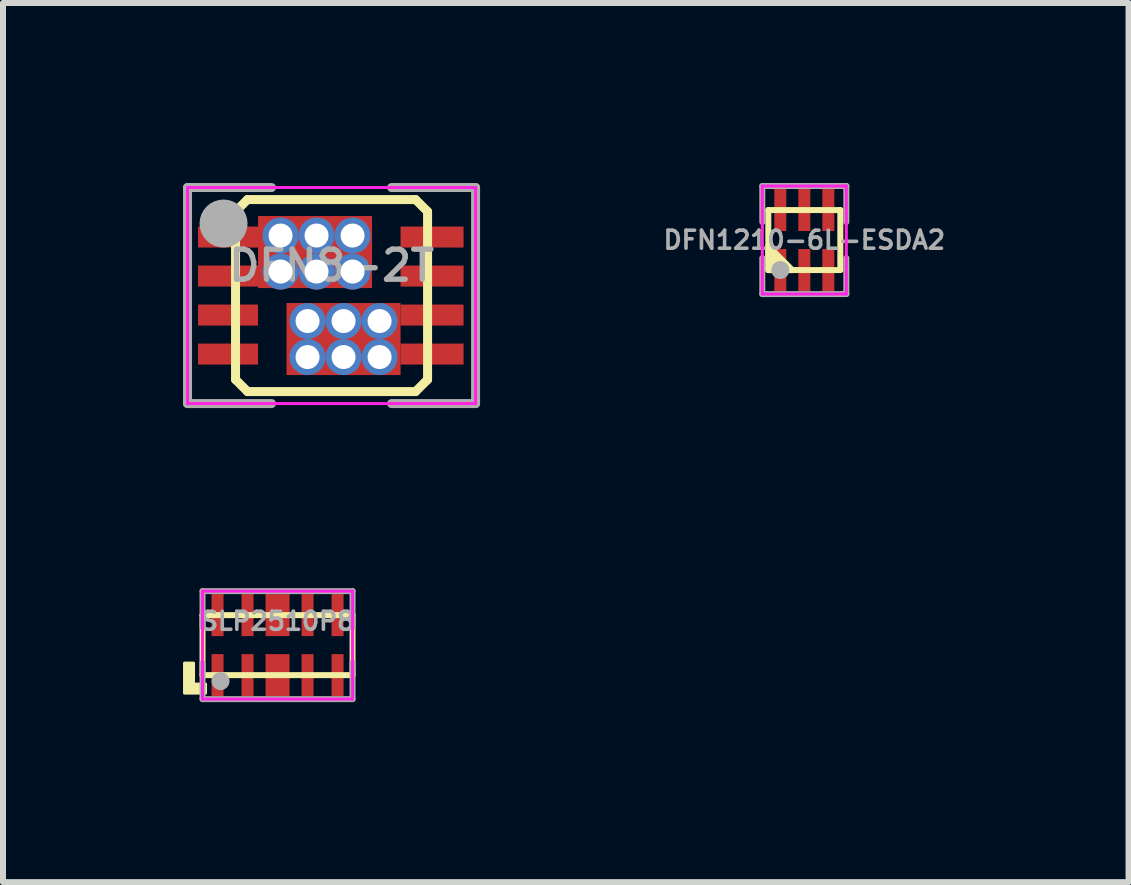
<source format=kicad_pcb>
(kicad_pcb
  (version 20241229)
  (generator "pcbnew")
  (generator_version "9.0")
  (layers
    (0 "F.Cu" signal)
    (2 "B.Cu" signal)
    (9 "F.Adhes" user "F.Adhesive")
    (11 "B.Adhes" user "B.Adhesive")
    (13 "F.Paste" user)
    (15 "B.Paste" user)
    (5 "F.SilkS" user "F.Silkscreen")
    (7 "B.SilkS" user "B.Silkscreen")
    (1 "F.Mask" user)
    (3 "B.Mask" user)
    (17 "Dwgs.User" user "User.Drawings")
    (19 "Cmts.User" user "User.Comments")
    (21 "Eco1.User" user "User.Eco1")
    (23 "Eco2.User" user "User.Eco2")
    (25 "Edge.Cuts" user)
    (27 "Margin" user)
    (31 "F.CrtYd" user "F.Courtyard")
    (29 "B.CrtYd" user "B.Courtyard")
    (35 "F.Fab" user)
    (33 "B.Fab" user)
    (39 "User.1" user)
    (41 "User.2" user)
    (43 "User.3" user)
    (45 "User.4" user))
  (footprint "DFN1210-6L-ESDA2"
    (layer "F.Cu")
    (at 10.353 0.95)
    (property "Reference" "DFN1210-6L-ESDA2" (at 0 0 0) (layer "F.Fab") (effects (font (size 0.3 0.3) (thickness 0.06))))
    (attr smd)
    (fp_line (start -0.6 -0.5) (end -0.6 0.5) (stroke (width 0.1) (type solid)) (layer "F.SilkS"))
    (fp_line (start 0.6 -0.5) (end -0.6 -0.5) (stroke (width 0.1) (type solid)) (layer "F.SilkS"))
    (fp_line (start 0.6 -0.5) (end 0.6 0.5) (stroke (width 0.1) (type solid)) (layer "F.SilkS"))
    (fp_line (start 0.6 0.5) (end -0.6 0.5) (stroke (width 0.1) (type solid)) (layer "F.SilkS"))
    (fp_poly (pts (xy -0.2 0.5) (xy -0.6 0.5) (xy -0.6 0.1)) (stroke (width 0.1) (type solid)) (fill yes) (layer "F.SilkS"))
    (fp_line (start -0.7 -0.9) (end -0.7 0.9) (stroke (width 0.05) (type solid)) (layer "F.CrtYd"))
    (fp_line (start 0.7 -0.9) (end -0.7 -0.9) (stroke (width 0.05) (type solid)) (layer "F.CrtYd"))
    (fp_line (start 0.7 -0.9) (end 0.7 0.9) (stroke (width 0.05) (type solid)) (layer "F.CrtYd"))
    (fp_line (start 0.7 0.9) (end -0.7 0.9) (stroke (width 0.05) (type solid)) (layer "F.CrtYd"))
    (fp_line (start -0.7 -0.9) (end -0.7 -0.3) (stroke (width 0.1) (type solid)) (layer "F.Fab"))
    (fp_line (start -0.7 -0.9) (end 0.7 -0.9) (stroke (width 0.1) (type solid)) (layer "F.Fab"))
    (fp_line (start -0.7 0.3) (end -0.7 0.9) (stroke (width 0.1) (type solid)) (layer "F.Fab"))
    (fp_line (start -0.7 0.9) (end 0.7 0.9) (stroke (width 0.1) (type solid)) (layer "F.Fab"))
    (fp_line (start 0.7 -0.9) (end 0.7 -0.3) (stroke (width 0.1) (type solid)) (layer "F.Fab"))
    (fp_line (start 0.7 0.3) (end 0.7 0.9) (stroke (width 0.1) (type solid)) (layer "F.Fab"))
    (fp_circle (center -0.4 0.5) (end -0.325 0.5) (stroke (width 0.15) (type solid)) (fill no) (layer "F.Fab"))
    (pad "" smd rect (at -0.4 -0.5 90) (size 0.7 0.2) (layers "F.Cu" "F.Mask" "F.Paste"))
    (pad "" smd rect (at 0 -0.5 90) (size 0.7 0.2) (layers "F.Cu" "F.Mask" "F.Paste"))
    (pad "" smd rect (at 0.4 -0.5 90) (size 0.7 0.2) (layers "F.Cu" "F.Mask" "F.Paste"))
    (pad "1" smd rect (at -0.4 0.5 90) (size 0.7 0.2) (layers "F.Cu" "F.Mask" "F.Paste"))
    (pad "2" smd rect (at 0.4 0.5 90) (size 0.7 0.2) (layers "F.Cu" "F.Mask" "F.Paste"))
    (pad "3" smd rect (at 0 0.5 90) (size 0.7 0.2) (layers "F.Cu" "F.Mask" "F.Paste")))
  (footprint "SLP2510P8"
    (layer "F.Cu")
    (at 1.575 7.7)
    (property "Reference" "SLP2510P8" (at 0 -0.4 0) (layer "F.Fab") (effects (font (size 0.3 0.3) (thickness 0.06))))
    (attr smd)
    (fp_line (start -1.25 -0.5) (end -1.25 0.5) (stroke (width 0.1) (type solid)) (layer "F.SilkS"))
    (fp_line (start 1.25 -0.5) (end -1.25 -0.5) (stroke (width 0.1) (type solid)) (layer "F.SilkS"))
    (fp_line (start 1.25 -0.5) (end 1.25 0.5) (stroke (width 0.1) (type solid)) (layer "F.SilkS"))
    (fp_line (start 1.25 0.5) (end -1.25 0.5) (stroke (width 0.1) (type solid)) (layer "F.SilkS"))
    (fp_poly (pts (xy -1.4 0.3) (xy -1.4 0.65) (xy -1.2 0.65) (xy -1.2 0.8) (xy -1.55 0.8) (xy -1.55 0.3)) (stroke (width 0.05) (type solid)) (fill yes) (layer "F.SilkS"))
    (fp_line (start -1.25 -0.9) (end -1.25 0.9) (stroke (width 0.05) (type solid)) (layer "F.CrtYd"))
    (fp_line (start 1.25 -0.9) (end -1.25 -0.9) (stroke (width 0.05) (type solid)) (layer "F.CrtYd"))
    (fp_line (start 1.25 -0.9) (end 1.25 0.9) (stroke (width 0.05) (type solid)) (layer "F.CrtYd"))
    (fp_line (start 1.25 0.9) (end -1.25 0.9) (stroke (width 0.05) (type solid)) (layer "F.CrtYd"))
    (fp_line (start -1.25 -0.9) (end -1.25 -0.3) (stroke (width 0.1) (type solid)) (layer "F.Fab"))
    (fp_line (start -1.25 -0.9) (end 1.25 -0.9) (stroke (width 0.1) (type solid)) (layer "F.Fab"))
    (fp_line (start -1.25 0.3) (end -1.25 0.9) (stroke (width 0.1) (type solid)) (layer "F.Fab"))
    (fp_line (start -1.25 0.9) (end 1.25 0.9) (stroke (width 0.1) (type solid)) (layer "F.Fab"))
    (fp_line (start 1.25 -0.9) (end 1.25 -0.3) (stroke (width 0.1) (type solid)) (layer "F.Fab"))
    (fp_line (start 1.25 0.3) (end 1.25 0.9) (stroke (width 0.1) (type solid)) (layer "F.Fab"))
    (fp_circle (center -0.95 0.6) (end -0.875 0.6) (stroke (width 0.15) (type solid)) (fill no) (layer "F.Fab"))
    (pad "1" smd rect (at -1 0.5 90) (size 0.7 0.2) (layers "F.Cu" "F.Mask" "F.Paste"))
    (pad "2" smd rect (at -0.5 0.5 90) (size 0.7 0.2) (layers "F.Cu" "F.Mask" "F.Paste"))
    (pad "3" smd rect (at 0 0.5 90) (size 0.7 0.4) (layers "F.Cu" "F.Mask" "F.Paste"))
    (pad "4" smd rect (at 0.5 0.5 90) (size 0.7 0.2) (layers "F.Cu" "F.Mask" "F.Paste"))
    (pad "5" smd rect (at 1 0.5 90) (size 0.7 0.2) (layers "F.Cu" "F.Mask" "F.Paste"))
    (pad "6" smd rect (at 1 -0.5 90) (size 0.7 0.2) (layers "F.Cu" "F.Mask" "F.Paste"))
    (pad "7" smd rect (at 0.5 -0.5 90) (size 0.7 0.2) (layers "F.Cu" "F.Mask" "F.Paste"))
    (pad "8" smd rect (at 0 -0.5 90) (size 0.7 0.4) (layers "F.Cu" "F.Mask" "F.Paste"))
    (pad "9" smd rect (at -0.5 -0.5 90) (size 0.7 0.2) (layers "F.Cu" "F.Mask" "F.Paste"))
    (pad "10" smd rect (at -1 -0.5 90) (size 0.7 0.2) (layers "F.Cu" "F.Mask" "F.Paste")))
  (footprint "DFN8-2T"
    (layer "F.Cu")
    (at 2.475 1.875)
    (property "Reference" "DFN8-2T" (at 0 -0.5 0) (layer "F.Fab") (effects (font (size 0.5 0.5) (thickness 0.09))))
    (attr smd)
    (fp_line (start -1.6 -1.4) (end -1.4 -1.6) (stroke (width 0.15) (type solid)) (layer "F.SilkS"))
    (fp_line (start -1.6 1.4) (end -1.6 -1.4) (stroke (width 0.15) (type solid)) (layer "F.SilkS"))
    (fp_line (start -1.4 -1.6) (end 1.4 -1.6) (stroke (width 0.15) (type solid)) (layer "F.SilkS"))
    (fp_line (start -1.4 1.6) (end -1.6 1.4) (stroke (width 0.15) (type solid)) (layer "F.SilkS"))
    (fp_line (start 1.4 -1.6) (end 1.6 -1.4) (stroke (width 0.15) (type solid)) (layer "F.SilkS"))
    (fp_line (start 1.4 1.6) (end -1.4 1.6) (stroke (width 0.15) (type solid)) (layer "F.SilkS"))
    (fp_line (start 1.6 -1.4) (end 1.6 1.4) (stroke (width 0.15) (type solid)) (layer "F.SilkS"))
    (fp_line (start 1.6 1.4) (end 1.4 1.6) (stroke (width 0.15) (type solid)) (layer "F.SilkS"))
    (fp_line (start -2.4 -1.8) (end 2.4 -1.8) (stroke (width 0.05) (type solid)) (layer "F.CrtYd"))
    (fp_line (start -2.4 1.8) (end -2.4 -1.8) (stroke (width 0.05) (type solid)) (layer "F.CrtYd"))
    (fp_line (start 2.4 -1.8) (end 2.4 1.8) (stroke (width 0.05) (type solid)) (layer "F.CrtYd"))
    (fp_line (start 2.4 1.8) (end -2.4 1.8) (stroke (width 0.05) (type solid)) (layer "F.CrtYd"))
    (fp_line (start -2.4 -1.8) (end -2.4 1.8) (stroke (width 0.15) (type solid)) (layer "F.Fab"))
    (fp_line (start -2.4 1.8) (end -1 1.8) (stroke (width 0.15) (type solid)) (layer "F.Fab"))
    (fp_line (start -1 -1.8) (end -2.4 -1.8) (stroke (width 0.15) (type solid)) (layer "F.Fab"))
    (fp_line (start 1 -1.8) (end 2.4 -1.8) (stroke (width 0.15) (type solid)) (layer "F.Fab"))
    (fp_line (start 2.4 -1.8) (end 2.4 1.8) (stroke (width 0.15) (type solid)) (layer "F.Fab"))
    (fp_line (start 2.4 1.8) (end 1 1.8) (stroke (width 0.15) (type solid)) (layer "F.Fab"))
    (fp_circle (center -1.8 -1.2) (end -1.6 -1.2) (stroke (width 0.4) (type solid)) (fill no) (layer "F.Fab"))
    (pad "1" smd rect (at -1.725 0.325) (size 1 0.35) (layers "F.Cu" "F.Mask" "F.Paste"))
    (pad "2" smd rect (at -1.725 0.975) (size 1 0.35) (layers "F.Cu" "F.Mask" "F.Paste"))
    (pad "3" smd rect (at -1.725 -0.975) (size 1 0.35) (layers "F.Cu" "F.Mask" "F.Paste"))
    (pad "3" smd rect (at -1.725 -0.325) (size 1 0.35) (layers "F.Cu" "F.Mask" "F.Paste"))
    (pad "3" thru_hole circle (at -0.85 -1) (size 0.6 0.6) (drill 0.4) (layers "*.Cu" "*.Mask"))
    (pad "3" thru_hole circle (at -0.85 -0.4) (size 0.6 0.6) (drill 0.4) (layers "*.Cu" "*.Mask"))
    (pad "3" smd rect (at -0.275 -0.725) (size 1.9 1.2) (layers "F.Cu" "F.Mask" "F.Paste"))
    (pad "3" thru_hole circle (at -0.25 -1) (size 0.6 0.6) (drill 0.4) (layers "*.Cu" "*.Mask"))
    (pad "3" thru_hole circle (at -0.25 -0.4) (size 0.6 0.6) (drill 0.4) (layers "*.Cu" "*.Mask"))
    (pad "3" thru_hole circle (at 0.35 -1) (size 0.6 0.6) (drill 0.4) (layers "*.Cu" "*.Mask"))
    (pad "3" thru_hole circle (at 0.35 -0.4) (size 0.6 0.6) (drill 0.4) (layers "*.Cu" "*.Mask"))
    (pad "4" smd rect (at 1.675 -0.325) (size 1.05 0.35) (layers "F.Cu" "F.Mask" "F.Paste"))
    (pad "5" smd rect (at 1.675 -0.975) (size 1.05 0.35) (layers "F.Cu" "F.Mask" "F.Paste"))
    (pad "6" thru_hole circle (at -0.4 0.425) (size 0.6 0.6) (drill 0.4) (layers "*.Cu" "*.Mask"))
    (pad "6" thru_hole circle (at -0.4 1.025) (size 0.6 0.6) (drill 0.4) (layers "*.Cu" "*.Mask"))
    (pad "6" thru_hole circle (at 0.2 0.425) (size 0.6 0.6) (drill 0.4) (layers "*.Cu" "*.Mask"))
    (pad "6" smd rect (at 0.2 0.725) (size 1.9 1.2) (layers "F.Cu" "F.Mask" "F.Paste"))
    (pad "6" thru_hole circle (at 0.2 1.025) (size 0.6 0.6) (drill 0.4) (layers "*.Cu" "*.Mask"))
    (pad "6" thru_hole circle (at 0.8 0.425) (size 0.6 0.6) (drill 0.4) (layers "*.Cu" "*.Mask"))
    (pad "6" thru_hole circle (at 0.8 1.025) (size 0.6 0.6) (drill 0.4) (layers "*.Cu" "*.Mask"))
    (pad "6" smd rect (at 1.675 0.325) (size 1.05 0.35) (layers "F.Cu" "F.Mask" "F.Paste"))
    (pad "6" smd rect (at 1.675 0.975) (size 1.05 0.35) (layers "F.Cu" "F.Mask" "F.Paste")))
  (gr_rect
    (start -3 -3)
    (end 15.756 11.65)
    (stroke (width 0.1) (type default))
    (fill no)
    (layer "Edge.Cuts")))
</source>
